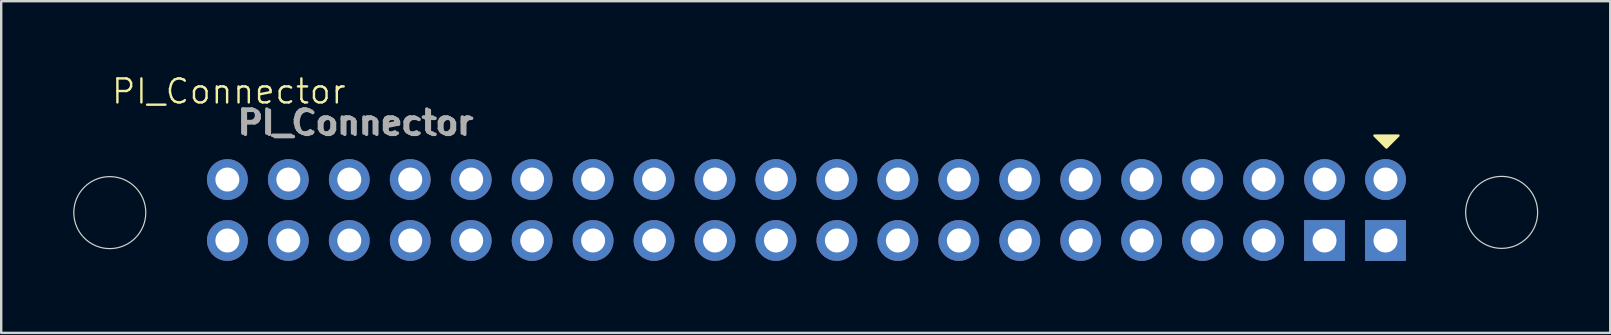
<source format=kicad_pcb>
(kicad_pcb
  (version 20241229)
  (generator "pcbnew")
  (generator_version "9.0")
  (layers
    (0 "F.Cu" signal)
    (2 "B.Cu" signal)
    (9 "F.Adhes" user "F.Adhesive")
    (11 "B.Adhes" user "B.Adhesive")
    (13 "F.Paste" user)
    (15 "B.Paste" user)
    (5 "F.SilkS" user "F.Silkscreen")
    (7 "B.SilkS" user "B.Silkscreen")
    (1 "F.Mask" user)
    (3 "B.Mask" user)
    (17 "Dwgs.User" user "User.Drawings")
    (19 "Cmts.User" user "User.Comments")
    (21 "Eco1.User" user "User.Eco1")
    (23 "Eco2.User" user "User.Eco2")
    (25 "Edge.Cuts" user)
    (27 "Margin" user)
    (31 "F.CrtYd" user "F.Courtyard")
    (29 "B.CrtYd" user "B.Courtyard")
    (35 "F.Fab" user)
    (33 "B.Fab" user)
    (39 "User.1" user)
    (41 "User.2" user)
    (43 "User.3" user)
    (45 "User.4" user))
  (footprint "PI_Connector"
    (layer "F.Cu")
    (at 1.525 5.84)
    (property "Reference" "PI_Connector" (at 4.96 -5.08 0) (unlocked yes) (layer "F.SilkS") (effects (font (size 1 1) (thickness 0.1))))
    (attr through_hole)
    (fp_poly (pts (xy 52.7 -3.24) (xy 53.2 -2.74) (xy 53.7 -3.24)) (stroke (width 0.1) (type solid)) (fill yes) (layer "F.SilkS"))
    (fp_circle (center -0.000001 -0.03) (end -1.5 -0.03) (stroke (width 0.05) (type default)) (fill no) (layer "Edge.Cuts"))
    (fp_circle (center 58 -0.04) (end 59.5 -0.04) (stroke (width 0.05) (type default)) (fill no) (layer "Edge.Cuts"))
    (fp_text user "${REFERENCE}" (at 10.29 -3.75 180) (layer "F.Fab") (effects (font (size 1 1) (thickness 0.15))))
    (fp_text user "${REFERENCE}" (at 10.19 -3.8 180) (layer "F.Fab") (effects (font (size 1 1) (thickness 0.15))))
    (pad "1" thru_hole circle (at 53.16 -1.408 270) (size 1.7 1.7) (drill 1) (layers "*.Cu" "*.Mask"))
    (pad "2" thru_hole rect (at 53.16 1.132 270) (size 1.7 1.7) (drill 1) (layers "*.Cu" "*.Mask"))
    (pad "3" thru_hole oval (at 50.62 -1.408 270) (size 1.7 1.7) (drill 1) (layers "*.Cu" "*.Mask"))
    (pad "4" thru_hole rect (at 50.62 1.132 270) (size 1.7 1.7) (drill 1) (layers "*.Cu" "*.Mask"))
    (pad "5" thru_hole oval (at 48.08 -1.408 270) (size 1.7 1.7) (drill 1) (layers "*.Cu" "*.Mask"))
    (pad "6" thru_hole oval (at 48.08 1.132 270) (size 1.7 1.7) (drill 1) (layers "*.Cu" "*.Mask"))
    (pad "7" thru_hole oval (at 45.54 -1.408 270) (size 1.7 1.7) (drill 1) (layers "*.Cu" "*.Mask"))
    (pad "8" thru_hole circle (at 45.54 1.132 270) (size 1.7 1.7) (drill 1) (layers "*.Cu" "*.Mask"))
    (pad "9" thru_hole oval (at 43 -1.408 270) (size 1.7 1.7) (drill 1) (layers "*.Cu" "*.Mask"))
    (pad "10" thru_hole oval (at 43 1.132 270) (size 1.7 1.7) (drill 1) (layers "*.Cu" "*.Mask"))
    (pad "11" thru_hole oval (at 40.46 -1.408 270) (size 1.7 1.7) (drill 1) (layers "*.Cu" "*.Mask"))
    (pad "12" thru_hole circle (at 40.46 1.132 270) (size 1.7 1.7) (drill 1) (layers "*.Cu" "*.Mask"))
    (pad "13" thru_hole oval (at 37.92 -1.408 270) (size 1.7 1.7) (drill 1) (layers "*.Cu" "*.Mask"))
    (pad "14" thru_hole oval (at 37.92 1.132 270) (size 1.7 1.7) (drill 1) (layers "*.Cu" "*.Mask"))
    (pad "15" thru_hole circle (at 35.38 -1.408 270) (size 1.7 1.7) (drill 1) (layers "*.Cu" "*.Mask"))
    (pad "16" thru_hole oval (at 35.38 1.132 270) (size 1.7 1.7) (drill 1) (layers "*.Cu" "*.Mask"))
    (pad "17" thru_hole oval (at 32.84 -1.408 270) (size 1.7 1.7) (drill 1) (layers "*.Cu" "*.Mask"))
    (pad "18" thru_hole oval (at 32.84 1.132 270) (size 1.7 1.7) (drill 1) (layers "*.Cu" "*.Mask"))
    (pad "19" thru_hole oval (at 30.3 -1.408 270) (size 1.7 1.7) (drill 1) (layers "*.Cu" "*.Mask"))
    (pad "20" thru_hole oval (at 30.3 1.132 270) (size 1.7 1.7) (drill 1) (layers "*.Cu" "*.Mask"))
    (pad "21" thru_hole oval (at 27.76 -1.408 270) (size 1.7 1.7) (drill 1) (layers "*.Cu" "*.Mask"))
    (pad "22" thru_hole circle (at 27.76 1.132 270) (size 1.7 1.7) (drill 1) (layers "*.Cu" "*.Mask"))
    (pad "23" thru_hole oval (at 25.22 -1.408 270) (size 1.7 1.7) (drill 1) (layers "*.Cu" "*.Mask"))
    (pad "24" thru_hole oval (at 25.22 1.132 270) (size 1.7 1.7) (drill 1) (layers "*.Cu" "*.Mask"))
    (pad "25" thru_hole oval (at 22.68 -1.408 270) (size 1.7 1.7) (drill 1) (layers "*.Cu" "*.Mask"))
    (pad "26" thru_hole oval (at 22.68 1.132 270) (size 1.7 1.7) (drill 1) (layers "*.Cu" "*.Mask"))
    (pad "27" thru_hole oval (at 20.14 -1.408 270) (size 1.7 1.7) (drill 1) (layers "*.Cu" "*.Mask"))
    (pad "28" thru_hole circle (at 20.14 1.132 270) (size 1.7 1.7) (drill 1) (layers "*.Cu" "*.Mask"))
    (pad "29" thru_hole oval (at 17.6 -1.408 270) (size 1.7 1.7) (drill 1) (layers "*.Cu" "*.Mask"))
    (pad "30" thru_hole oval (at 17.6 1.132 270) (size 1.7 1.7) (drill 1) (layers "*.Cu" "*.Mask"))
    (pad "31" thru_hole circle (at 15.06 -1.408 270) (size 1.7 1.7) (drill 1) (layers "*.Cu" "*.Mask"))
    (pad "32" thru_hole oval (at 15.06 1.132 270) (size 1.7 1.7) (drill 1) (layers "*.Cu" "*.Mask"))
    (pad "33" thru_hole oval (at 12.52 -1.408 270) (size 1.7 1.7) (drill 1) (layers "*.Cu" "*.Mask"))
    (pad "34" thru_hole oval (at 12.52 1.132 270) (size 1.7 1.7) (drill 1) (layers "*.Cu" "*.Mask"))
    (pad "35" thru_hole oval (at 9.98 -1.408 270) (size 1.7 1.7) (drill 1) (layers "*.Cu" "*.Mask"))
    (pad "36" thru_hole circle (at 9.98 1.132 270) (size 1.7 1.7) (drill 1) (layers "*.Cu" "*.Mask"))
    (pad "37" thru_hole oval (at 7.44 -1.408 270) (size 1.7 1.7) (drill 1) (layers "*.Cu" "*.Mask"))
    (pad "38" thru_hole oval (at 7.44 1.132 270) (size 1.7 1.7) (drill 1) (layers "*.Cu" "*.Mask"))
    (pad "39" thru_hole circle (at 4.9 -1.408 270) (size 1.7 1.7) (drill 1) (layers "*.Cu" "*.Mask"))
    (pad "40" thru_hole oval (at 4.9 1.132 270) (size 1.7 1.7) (drill 1) (layers "*.Cu" "*.Mask")))
  (gr_rect
    (start -3 -3)
    (end 64.05 10.822)
    (stroke (width 0.1) (type default))
    (fill no)
    (layer "Edge.Cuts")))
</source>
